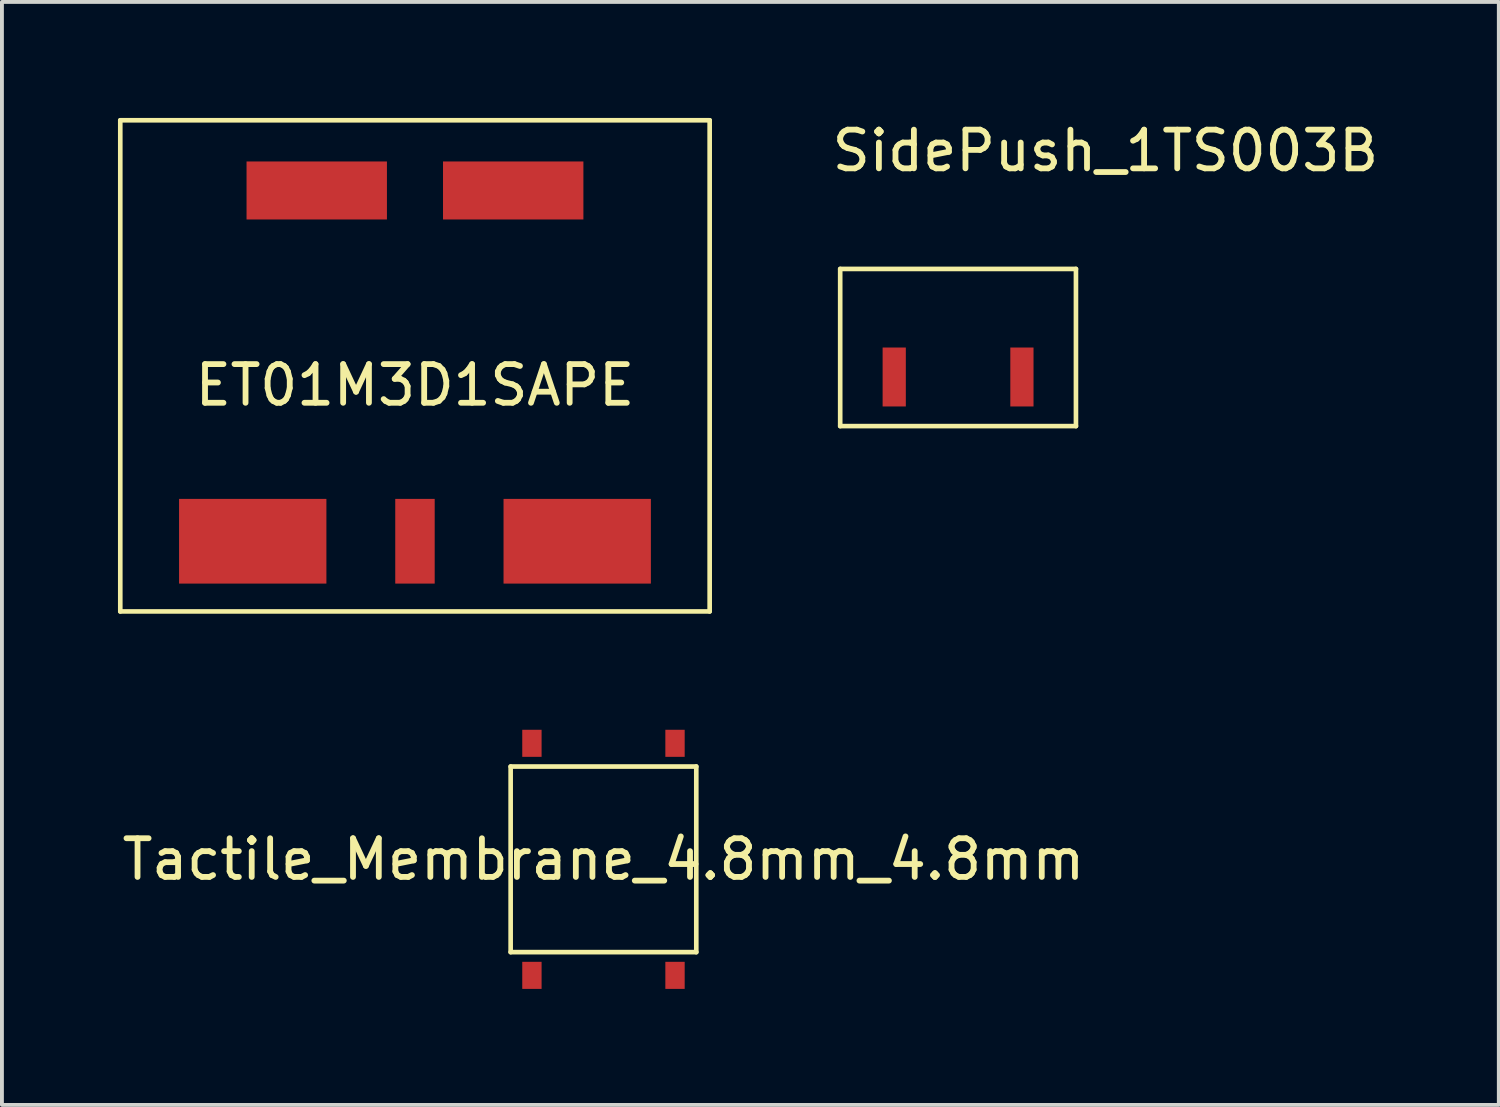
<source format=kicad_pcb>
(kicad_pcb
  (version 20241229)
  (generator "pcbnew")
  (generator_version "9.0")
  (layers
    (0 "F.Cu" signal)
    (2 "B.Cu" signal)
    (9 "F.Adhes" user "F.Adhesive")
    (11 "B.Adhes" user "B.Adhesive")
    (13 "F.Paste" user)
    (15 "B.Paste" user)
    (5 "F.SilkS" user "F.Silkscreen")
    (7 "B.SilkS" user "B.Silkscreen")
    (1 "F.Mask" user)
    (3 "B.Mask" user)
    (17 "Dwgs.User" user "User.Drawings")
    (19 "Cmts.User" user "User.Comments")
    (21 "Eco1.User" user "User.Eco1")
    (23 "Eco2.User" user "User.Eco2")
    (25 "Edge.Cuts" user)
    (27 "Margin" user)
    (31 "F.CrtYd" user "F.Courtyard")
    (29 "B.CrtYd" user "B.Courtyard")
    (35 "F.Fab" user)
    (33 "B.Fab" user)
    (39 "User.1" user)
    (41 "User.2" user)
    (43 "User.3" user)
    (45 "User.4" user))
  (footprint "Tactile_Membrane_4.8mm_4.8mm"
    (layer "F.Cu")
    (at 12.554 19.17)
    (property "Reference" "Tactile_Membrane_4.8mm_4.8mm" (at 0 0 0) (layer "F.SilkS") (effects (font (size 1 1) (thickness 0.15))))
    (attr through_hole)
    (fp_line (start -2.4 -2.4) (end 2.4 -2.4) (stroke (width 0.12) (type solid)) (layer "F.SilkS"))
    (fp_line (start -2.4 2.4) (end -2.4 -2.4) (stroke (width 0.12) (type solid)) (layer "F.SilkS"))
    (fp_line (start 2.4 -2.4) (end 2.4 2.4) (stroke (width 0.12) (type solid)) (layer "F.SilkS"))
    (fp_line (start 2.4 2.4) (end -2.4 2.4) (stroke (width 0.12) (type solid)) (layer "F.SilkS"))
    (pad "1" smd rect (at -1.85 -3) (size 0.5 0.7) (layers "F.Cu" "F.Mask" "F.Paste"))
    (pad "1" smd rect (at -1.85 3) (size 0.5 0.7) (layers "F.Cu" "F.Mask" "F.Paste"))
    (pad "2" smd rect (at 1.85 -3) (size 0.5 0.7) (layers "F.Cu" "F.Mask" "F.Paste"))
    (pad "2" smd rect (at 1.85 3) (size 0.5 0.7) (layers "F.Cu" "F.Mask" "F.Paste")))
  (footprint "ET01M3D1SAPE"
    (layer "F.Cu")
    (at 7.68 6.41)
    (property "Reference" "ET01M3D1SAPE" (at 0 0.5 0) (layer "F.SilkS") (effects (font (size 1 1) (thickness 0.15))))
    (attr through_hole)
    (fp_line (start -7.62 -6.35) (end -7.62 6.35) (stroke (width 0.12) (type solid)) (layer "F.SilkS"))
    (fp_line (start -7.62 6.35) (end 7.62 6.35) (stroke (width 0.12) (type solid)) (layer "F.SilkS"))
    (fp_line (start 7.62 -6.35) (end -7.62 -6.35) (stroke (width 0.12) (type solid)) (layer "F.SilkS"))
    (fp_line (start 7.62 6.35) (end 7.62 -6.35) (stroke (width 0.12) (type solid)) (layer "F.SilkS"))
    (pad "" smd rect (at -2.54 -4.535) (size 3.63 1.5) (layers "F.Cu" "F.Mask" "F.Paste"))
    (pad "" smd rect (at 2.54 -4.535) (size 3.63 1.5) (layers "F.Cu" "F.Mask" "F.Paste"))
    (pad "1" smd rect (at -4.195 4.535) (size 3.81 2.19) (layers "F.Cu" "F.Mask" "F.Paste"))
    (pad "2" smd rect (at 0 4.535) (size 1.02 2.19) (layers "F.Cu" "F.Mask" "F.Paste"))
    (pad "3" smd rect (at 4.195 4.535) (size 3.81 2.19) (layers "F.Cu" "F.Mask" "F.Paste")))
  (footprint "SidePush_1TS003B"
    (layer "F.Cu")
    (at 21.723 5.428)
    (property "Reference" "SidePush_1TS003B" (at 3.81 -4.58 0) (layer "F.SilkS") (effects (font (size 1 1) (thickness 0.15))))
    (attr through_hole)
    (fp_line (start -3.048 -1.524) (end 3.048 -1.524) (stroke (width 0.12) (type solid)) (layer "F.SilkS"))
    (fp_line (start -3.048 2.54) (end -3.048 -1.524) (stroke (width 0.12) (type solid)) (layer "F.SilkS"))
    (fp_line (start 3.048 -1.524) (end 3.048 2.54) (stroke (width 0.12) (type solid)) (layer "F.SilkS"))
    (fp_line (start 3.048 2.54) (end -3.048 2.54) (stroke (width 0.12) (type solid)) (layer "F.SilkS"))
    (pad "1" smd trapezoid (at -1.651 1.27) (size 0.6 1.524) (layers "F.Cu" "F.Mask" "F.Paste"))
    (pad "1" smd trapezoid (at 1.651 1.27) (size 0.6 1.524) (layers "F.Cu" "F.Mask" "F.Paste")))
  (gr_rect
    (start -3 -3)
    (end 35.705 25.52)
    (stroke (width 0.1) (type default))
    (fill no)
    (layer "Edge.Cuts")))
</source>
